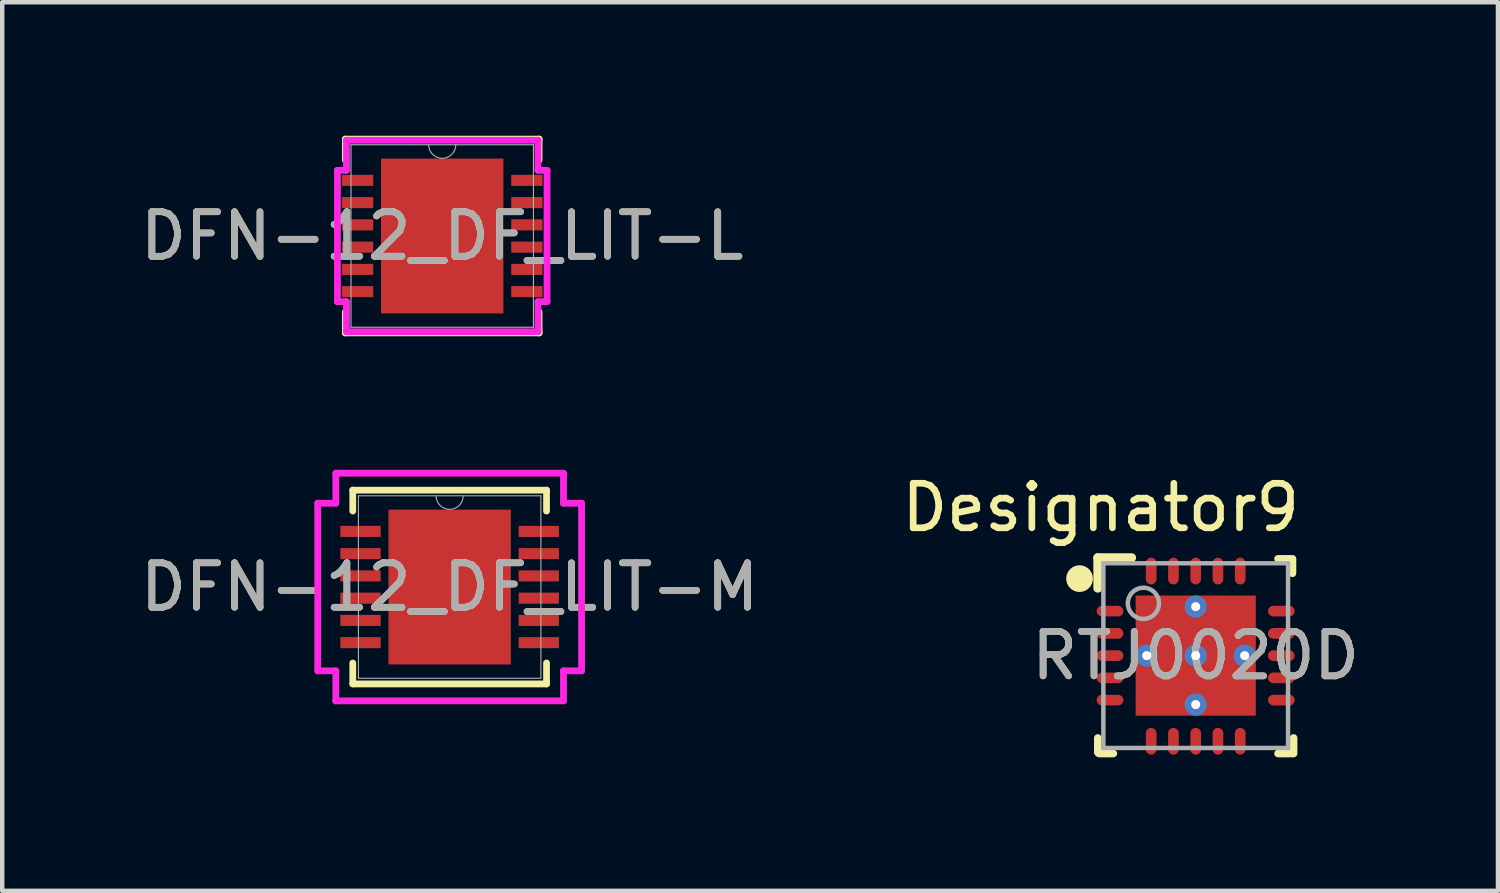
<source format=kicad_pcb>
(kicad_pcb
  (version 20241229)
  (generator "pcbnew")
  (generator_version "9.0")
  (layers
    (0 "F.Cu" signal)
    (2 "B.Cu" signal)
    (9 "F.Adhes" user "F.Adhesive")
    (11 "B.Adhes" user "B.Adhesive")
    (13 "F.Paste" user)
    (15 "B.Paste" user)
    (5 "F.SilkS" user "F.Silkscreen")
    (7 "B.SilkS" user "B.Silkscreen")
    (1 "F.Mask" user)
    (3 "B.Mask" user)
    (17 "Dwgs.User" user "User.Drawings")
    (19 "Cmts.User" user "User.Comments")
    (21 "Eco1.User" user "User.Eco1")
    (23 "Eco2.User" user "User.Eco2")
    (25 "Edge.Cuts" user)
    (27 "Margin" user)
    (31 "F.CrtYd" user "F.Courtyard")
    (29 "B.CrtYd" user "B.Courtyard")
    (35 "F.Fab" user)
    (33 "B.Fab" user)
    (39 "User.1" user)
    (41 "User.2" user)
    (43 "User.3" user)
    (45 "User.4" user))
  (footprint "DFN-12_DF_LIT-L"
    (layer "F.Cu")
    (at 6.887 2.253)
    (property "Reference" "DFN-12_DF_LIT-L" (at 0 0 0) (unlocked yes) (layer "F.SilkS") (effects (font (size 1 1) (thickness 0.15))))
    (attr smd)
    (fp_line (start -2.177 -2.177) (end -2.177 -1.707) (stroke (width 0.152) (type solid)) (layer "F.SilkS"))
    (fp_line (start -2.177 1.707) (end -2.177 2.177) (stroke (width 0.152) (type solid)) (layer "F.SilkS"))
    (fp_line (start -2.177 2.177) (end 2.177 2.177) (stroke (width 0.152) (type solid)) (layer "F.SilkS"))
    (fp_line (start 2.177 -2.177) (end -2.177 -2.177) (stroke (width 0.152) (type solid)) (layer "F.SilkS"))
    (fp_line (start 2.177 -1.707) (end 2.177 -2.177) (stroke (width 0.152) (type solid)) (layer "F.SilkS"))
    (fp_line (start 2.177 2.177) (end 2.177 1.707) (stroke (width 0.152) (type solid)) (layer "F.SilkS"))
    (fp_poly (pts (xy -1.275 -1.64) (xy -1.275 -0.1) (xy -0.1 -0.1) (xy -0.1 -1.64)) (stroke (width 0) (type solid)) (fill yes) (layer "F.Paste"))
    (fp_poly (pts (xy -1.275 0.1) (xy -1.275 1.64) (xy -0.1 1.64) (xy -0.1 0.1)) (stroke (width 0) (type solid)) (fill yes) (layer "F.Paste"))
    (fp_poly (pts (xy 0.1 -1.64) (xy 0.1 -0.1) (xy 1.275 -0.1) (xy 1.275 -1.64)) (stroke (width 0) (type solid)) (fill yes) (layer "F.Paste"))
    (fp_poly (pts (xy 0.1 0.1) (xy 0.1 1.64) (xy 1.275 1.64) (xy 1.275 0.1)) (stroke (width 0) (type solid)) (fill yes) (layer "F.Paste"))
    (fp_line (start -2.355 -1.476) (end -2.152 -1.476) (stroke (width 0.152) (type solid)) (layer "F.CrtYd"))
    (fp_line (start -2.355 1.476) (end -2.355 -1.476) (stroke (width 0.152) (type solid)) (layer "F.CrtYd"))
    (fp_line (start -2.355 1.476) (end -2.152 1.476) (stroke (width 0.152) (type solid)) (layer "F.CrtYd"))
    (fp_line (start -2.152 -2.152) (end 2.152 -2.152) (stroke (width 0.152) (type solid)) (layer "F.CrtYd"))
    (fp_line (start -2.152 -1.476) (end -2.152 -2.152) (stroke (width 0.152) (type solid)) (layer "F.CrtYd"))
    (fp_line (start -2.152 2.152) (end -2.152 1.476) (stroke (width 0.152) (type solid)) (layer "F.CrtYd"))
    (fp_line (start 2.152 -2.152) (end 2.152 -1.476) (stroke (width 0.152) (type solid)) (layer "F.CrtYd"))
    (fp_line (start 2.152 1.476) (end 2.152 2.152) (stroke (width 0.152) (type solid)) (layer "F.CrtYd"))
    (fp_line (start 2.152 2.152) (end -2.152 2.152) (stroke (width 0.152) (type solid)) (layer "F.CrtYd"))
    (fp_line (start 2.355 -1.476) (end 2.152 -1.476) (stroke (width 0.152) (type solid)) (layer "F.CrtYd"))
    (fp_line (start 2.355 -1.476) (end 2.355 1.476) (stroke (width 0.152) (type solid)) (layer "F.CrtYd"))
    (fp_line (start 2.355 1.476) (end 2.152 1.476) (stroke (width 0.152) (type solid)) (layer "F.CrtYd"))
    (fp_line (start -2.05 -2.05) (end -2.05 2.05) (stroke (width 0.025) (type solid)) (layer "F.Fab"))
    (fp_line (start -2.05 2.05) (end 2.05 2.05) (stroke (width 0.025) (type solid)) (layer "F.Fab"))
    (fp_line (start 2.05 -2.05) (end -2.05 -2.05) (stroke (width 0.025) (type solid)) (layer "F.Fab"))
    (fp_line (start 2.05 2.05) (end 2.05 -2.05) (stroke (width 0.025) (type solid)) (layer "F.Fab"))
    (fp_arc (start 0.3048 -2.05) (mid 0 -1.7452) (end -0.3048 -2.05) (stroke (width 0.0254) (type solid)) (layer "F.Fab"))
    (fp_text user "${REFERENCE}" (at 0 0 0) (unlocked yes) (layer "F.Fab") (effects (font (size 1 1) (thickness 0.15))))
    (pad "1" smd rect (at -1.902 -1.25) (size 0.703 0.249) (layers "F.Cu" "F.Mask" "F.Paste"))
    (pad "2" smd rect (at -1.902 -0.75) (size 0.703 0.249) (layers "F.Cu" "F.Mask" "F.Paste"))
    (pad "3" smd rect (at -1.902 -0.25) (size 0.703 0.249) (layers "F.Cu" "F.Mask" "F.Paste"))
    (pad "4" smd rect (at -1.902 0.25) (size 0.703 0.249) (layers "F.Cu" "F.Mask" "F.Paste"))
    (pad "5" smd rect (at -1.902 0.75) (size 0.703 0.249) (layers "F.Cu" "F.Mask" "F.Paste"))
    (pad "6" smd rect (at -1.902 1.25) (size 0.703 0.249) (layers "F.Cu" "F.Mask" "F.Paste"))
    (pad "7" smd rect (at 1.902 1.25) (size 0.703 0.249) (layers "F.Cu" "F.Mask" "F.Paste"))
    (pad "8" smd rect (at 1.902 0.75) (size 0.703 0.249) (layers "F.Cu" "F.Mask" "F.Paste"))
    (pad "9" smd rect (at 1.902 0.25) (size 0.703 0.249) (layers "F.Cu" "F.Mask" "F.Paste"))
    (pad "10" smd rect (at 1.902 -0.25) (size 0.703 0.249) (layers "F.Cu" "F.Mask" "F.Paste"))
    (pad "11" smd rect (at 1.902 -0.75) (size 0.703 0.249) (layers "F.Cu" "F.Mask" "F.Paste"))
    (pad "12" smd rect (at 1.902 -1.25) (size 0.703 0.249) (layers "F.Cu" "F.Mask" "F.Paste"))
    (pad "13" smd rect (at 0 0) (size 2.75 3.48) (layers "F.Cu" "F.Mask" "F.Paste")))
  (footprint "RTJ0020D"
    (layer "F.Cu")
    (at 23.818 11.682)
    (property "Reference" "RTJ0020D" (at 0 0 0) (unlocked yes) (layer "F.SilkS") (effects (font (size 1 1) (thickness 0.15))))
    (attr smd)
    (fp_line (start -2.2 -2.2) (end -1.44 -2.2) (stroke (width 0.2) (type solid)) (layer "F.SilkS"))
    (fp_line (start -2.2 -1.515) (end -2.2 -2.2) (stroke (width 0.2) (type solid)) (layer "F.SilkS"))
    (fp_line (start -2.2 2.175) (end -2.2 1.85) (stroke (width 0.17) (type solid)) (layer "F.SilkS"))
    (fp_line (start -2.175 2.2) (end -1.85 2.2) (stroke (width 0.17) (type solid)) (layer "F.SilkS"))
    (fp_line (start 1.85 -2.175) (end 2.175 -2.175) (stroke (width 0.17) (type solid)) (layer "F.SilkS"))
    (fp_line (start 1.85 2.2) (end 2.175 2.2) (stroke (width 0.17) (type solid)) (layer "F.SilkS"))
    (fp_line (start 2.175 -1.85) (end 2.175 -2.15) (stroke (width 0.17) (type solid)) (layer "F.SilkS"))
    (fp_line (start 2.2 2.2) (end 2.2 1.85) (stroke (width 0.17) (type solid)) (layer "F.SilkS"))
    (fp_circle (center -2.61 -1.73) (end -2.36 -1.73) (stroke (width 0.1) (type solid)) (fill yes) (layer "F.SilkS"))
    (fp_poly (pts (xy -1.288 -0.1) (xy -0.1 -0.1) (xy -0.1 -1.288) (xy -1.288 -1.288)) (stroke (width 0) (type solid)) (fill yes) (layer "F.Paste"))
    (fp_poly (pts (xy -1.288 1.288) (xy -0.1 1.288) (xy -0.1 0.1) (xy -1.288 0.1)) (stroke (width 0) (type solid)) (fill yes) (layer "F.Paste"))
    (fp_poly (pts (xy 0.1 -0.1) (xy 1.288 -0.1) (xy 1.288 -1.288) (xy 0.1 -1.288)) (stroke (width 0) (type solid)) (fill yes) (layer "F.Paste"))
    (fp_poly (pts (xy 0.1 1.288) (xy 1.288 1.288) (xy 1.288 0.1) (xy 0.1 0.1)) (stroke (width 0) (type solid)) (fill yes) (layer "F.Paste"))
    (fp_line (start -2.075 -2.075) (end 2.075 -2.075) (stroke (width 0.1) (type solid)) (layer "F.Fab"))
    (fp_line (start -2.075 2.075) (end -2.075 -2.075) (stroke (width 0.1) (type solid)) (layer "F.Fab"))
    (fp_line (start -2.075 2.075) (end 2.075 2.075) (stroke (width 0.1) (type solid)) (layer "F.Fab"))
    (fp_line (start 2.075 2.075) (end 2.075 -2.075) (stroke (width 0.1) (type solid)) (layer "F.Fab"))
    (fp_circle (center -1.175 -1.175) (end -0.825 -1.175) (stroke (width 0.1) (type solid)) (fill no) (layer "F.Fab"))
    (fp_text user "Designator9" (at -2.134 -3.327 0) (unlocked yes) (layer "F.SilkS") (effects (font (size 1 1) (thickness 0.15))))
    (fp_text user "${REFERENCE}" (at 0 0 0) (unlocked yes) (layer "F.Fab") (effects (font (size 1 1) (thickness 0.15))))
    (pad "1" smd oval (at -1.925 -1 90) (size 0.24 0.6) (layers "F.Cu" "F.Mask" "F.Paste"))
    (pad "2" smd oval (at -1.925 -0.5 90) (size 0.24 0.6) (layers "F.Cu" "F.Mask" "F.Paste"))
    (pad "3" smd oval (at -1.925 -0.000003 90) (size 0.24 0.6) (layers "F.Cu" "F.Mask" "F.Paste"))
    (pad "4" smd oval (at -1.925 0.5 90) (size 0.24 0.6) (layers "F.Cu" "F.Mask" "F.Paste"))
    (pad "5" smd oval (at -1.925 1 90) (size 0.24 0.6) (layers "F.Cu" "F.Mask" "F.Paste"))
    (pad "6" smd oval (at -1 1.925) (size 0.24 0.6) (layers "F.Cu" "F.Mask" "F.Paste"))
    (pad "7" smd oval (at -0.5 1.925) (size 0.24 0.6) (layers "F.Cu" "F.Mask" "F.Paste"))
    (pad "8" smd oval (at 0 1.925) (size 0.24 0.6) (layers "F.Cu" "F.Mask" "F.Paste"))
    (pad "9" smd oval (at 0.5 1.925) (size 0.24 0.6) (layers "F.Cu" "F.Mask" "F.Paste"))
    (pad "10" smd oval (at 1 1.925) (size 0.24 0.6) (layers "F.Cu" "F.Mask" "F.Paste"))
    (pad "11" smd oval (at 1.925 1 90) (size 0.24 0.6) (layers "F.Cu" "F.Mask" "F.Paste"))
    (pad "12" smd oval (at 1.925 0.5 90) (size 0.24 0.6) (layers "F.Cu" "F.Mask" "F.Paste"))
    (pad "13" smd oval (at 1.925 -0.000003 90) (size 0.24 0.6) (layers "F.Cu" "F.Mask" "F.Paste"))
    (pad "14" smd oval (at 1.925 -0.5 90) (size 0.24 0.6) (layers "F.Cu" "F.Mask" "F.Paste"))
    (pad "15" smd oval (at 1.925 -1 90) (size 0.24 0.6) (layers "F.Cu" "F.Mask" "F.Paste"))
    (pad "16" smd oval (at 1 -1.9) (size 0.24 0.6) (layers "F.Cu" "F.Mask" "F.Paste"))
    (pad "17" smd oval (at 0.5 -1.9) (size 0.24 0.6) (layers "F.Cu" "F.Mask" "F.Paste"))
    (pad "18" smd oval (at 0 -1.9) (size 0.24 0.6) (layers "F.Cu" "F.Mask" "F.Paste"))
    (pad "19" smd oval (at -0.5 -1.9) (size 0.24 0.6) (layers "F.Cu" "F.Mask" "F.Paste"))
    (pad "20" smd oval (at -1 -1.9) (size 0.24 0.6) (layers "F.Cu" "F.Mask" "F.Paste"))
    (pad "21" thru_hole circle (at -1.1 -0.000003) (size 0.5 0.5) (drill 0.203) (layers "*.Cu" "*.Mask"))
    (pad "21" thru_hole circle (at 0 -1.1) (size 0.5 0.5) (drill 0.203) (layers "*.Cu" "*.Mask"))
    (pad "21" thru_hole circle (at 0 -0.000003) (size 0.5 0.5) (drill 0.203) (layers "*.Cu" "*.Mask"))
    (pad "21" smd rect (at 0 -0.000003) (size 2.7 2.7) (layers "F.Cu" "F.Mask"))
    (pad "21" thru_hole circle (at 0 1.1) (size 0.5 0.5) (drill 0.203) (layers "*.Cu" "*.Mask"))
    (pad "21" thru_hole circle (at 1.1 -0.000003) (size 0.5 0.5) (drill 0.203) (layers "*.Cu" "*.Mask")))
  (footprint "DFN-12_DF_LIT-M"
    (layer "F.Cu")
    (at 7.054 10.141)
    (property "Reference" "DFN-12_DF_LIT-M" (at 0 0 0) (unlocked yes) (layer "F.SilkS") (effects (font (size 1 1) (thickness 0.15))))
    (attr smd)
    (fp_line (start -2.177 -2.177) (end -2.177 -1.707) (stroke (width 0.152) (type solid)) (layer "F.SilkS"))
    (fp_line (start -2.177 1.707) (end -2.177 2.177) (stroke (width 0.152) (type solid)) (layer "F.SilkS"))
    (fp_line (start -2.177 2.177) (end 2.177 2.177) (stroke (width 0.152) (type solid)) (layer "F.SilkS"))
    (fp_line (start 2.177 -2.177) (end -2.177 -2.177) (stroke (width 0.152) (type solid)) (layer "F.SilkS"))
    (fp_line (start 2.177 -1.707) (end 2.177 -2.177) (stroke (width 0.152) (type solid)) (layer "F.SilkS"))
    (fp_line (start 2.177 2.177) (end 2.177 1.707) (stroke (width 0.152) (type solid)) (layer "F.SilkS"))
    (fp_poly (pts (xy -1.275 -1.64) (xy -1.275 -0.1) (xy -0.1 -0.1) (xy -0.1 -1.64)) (stroke (width 0) (type solid)) (fill yes) (layer "F.Paste"))
    (fp_poly (pts (xy -1.275 0.1) (xy -1.275 1.64) (xy -0.1 1.64) (xy -0.1 0.1)) (stroke (width 0) (type solid)) (fill yes) (layer "F.Paste"))
    (fp_poly (pts (xy 0.1 -1.64) (xy 0.1 -0.1) (xy 1.275 -0.1) (xy 1.275 -1.64)) (stroke (width 0) (type solid)) (fill yes) (layer "F.Paste"))
    (fp_poly (pts (xy 0.1 0.1) (xy 0.1 1.64) (xy 1.275 1.64) (xy 1.275 0.1)) (stroke (width 0) (type solid)) (fill yes) (layer "F.Paste"))
    (fp_line (start -2.964 -1.883) (end -2.558 -1.883) (stroke (width 0.152) (type solid)) (layer "F.CrtYd"))
    (fp_line (start -2.964 1.883) (end -2.964 -1.883) (stroke (width 0.152) (type solid)) (layer "F.CrtYd"))
    (fp_line (start -2.964 1.883) (end -2.558 1.883) (stroke (width 0.152) (type solid)) (layer "F.CrtYd"))
    (fp_line (start -2.558 -2.558) (end 2.558 -2.558) (stroke (width 0.152) (type solid)) (layer "F.CrtYd"))
    (fp_line (start -2.558 -1.883) (end -2.558 -2.558) (stroke (width 0.152) (type solid)) (layer "F.CrtYd"))
    (fp_line (start -2.558 2.558) (end -2.558 1.883) (stroke (width 0.152) (type solid)) (layer "F.CrtYd"))
    (fp_line (start 2.558 -2.558) (end 2.558 -1.883) (stroke (width 0.152) (type solid)) (layer "F.CrtYd"))
    (fp_line (start 2.558 1.883) (end 2.558 2.558) (stroke (width 0.152) (type solid)) (layer "F.CrtYd"))
    (fp_line (start 2.558 2.558) (end -2.558 2.558) (stroke (width 0.152) (type solid)) (layer "F.CrtYd"))
    (fp_line (start 2.964 -1.883) (end 2.558 -1.883) (stroke (width 0.152) (type solid)) (layer "F.CrtYd"))
    (fp_line (start 2.964 -1.883) (end 2.964 1.883) (stroke (width 0.152) (type solid)) (layer "F.CrtYd"))
    (fp_line (start 2.964 1.883) (end 2.558 1.883) (stroke (width 0.152) (type solid)) (layer "F.CrtYd"))
    (fp_line (start -2.05 -2.05) (end -2.05 2.05) (stroke (width 0.025) (type solid)) (layer "F.Fab"))
    (fp_line (start -2.05 2.05) (end 2.05 2.05) (stroke (width 0.025) (type solid)) (layer "F.Fab"))
    (fp_line (start 2.05 -2.05) (end -2.05 -2.05) (stroke (width 0.025) (type solid)) (layer "F.Fab"))
    (fp_line (start 2.05 2.05) (end 2.05 -2.05) (stroke (width 0.025) (type solid)) (layer "F.Fab"))
    (fp_arc (start 0.3048 -2.05) (mid 0 -1.7452) (end -0.3048 -2.05) (stroke (width 0.0254) (type solid)) (layer "F.Fab"))
    (fp_text user "${REFERENCE}" (at 0 0 0) (unlocked yes) (layer "F.Fab") (effects (font (size 1 1) (thickness 0.15))))
    (pad "1" smd rect (at -2.003 -1.25) (size 0.906 0.249) (layers "F.Cu" "F.Mask" "F.Paste"))
    (pad "2" smd rect (at -2.003 -0.75) (size 0.906 0.249) (layers "F.Cu" "F.Mask" "F.Paste"))
    (pad "3" smd rect (at -2.003 -0.25) (size 0.906 0.249) (layers "F.Cu" "F.Mask" "F.Paste"))
    (pad "4" smd rect (at -2.003 0.25) (size 0.906 0.249) (layers "F.Cu" "F.Mask" "F.Paste"))
    (pad "5" smd rect (at -2.003 0.75) (size 0.906 0.249) (layers "F.Cu" "F.Mask" "F.Paste"))
    (pad "6" smd rect (at -2.003 1.25) (size 0.906 0.249) (layers "F.Cu" "F.Mask" "F.Paste"))
    (pad "7" smd rect (at 2.003 1.25) (size 0.906 0.249) (layers "F.Cu" "F.Mask" "F.Paste"))
    (pad "8" smd rect (at 2.003 0.75) (size 0.906 0.249) (layers "F.Cu" "F.Mask" "F.Paste"))
    (pad "9" smd rect (at 2.003 0.25) (size 0.906 0.249) (layers "F.Cu" "F.Mask" "F.Paste"))
    (pad "10" smd rect (at 2.003 -0.25) (size 0.906 0.249) (layers "F.Cu" "F.Mask" "F.Paste"))
    (pad "11" smd rect (at 2.003 -0.75) (size 0.906 0.249) (layers "F.Cu" "F.Mask" "F.Paste"))
    (pad "12" smd rect (at 2.003 -1.25) (size 0.906 0.249) (layers "F.Cu" "F.Mask" "F.Paste"))
    (pad "13" smd rect (at 0 0) (size 2.75 3.48) (layers "F.Cu" "F.Mask" "F.Paste")))
  (gr_rect
    (start -3 -3)
    (end 30.61 16.967)
    (stroke (width 0.1) (type default))
    (fill no)
    (layer "Edge.Cuts")))
</source>
